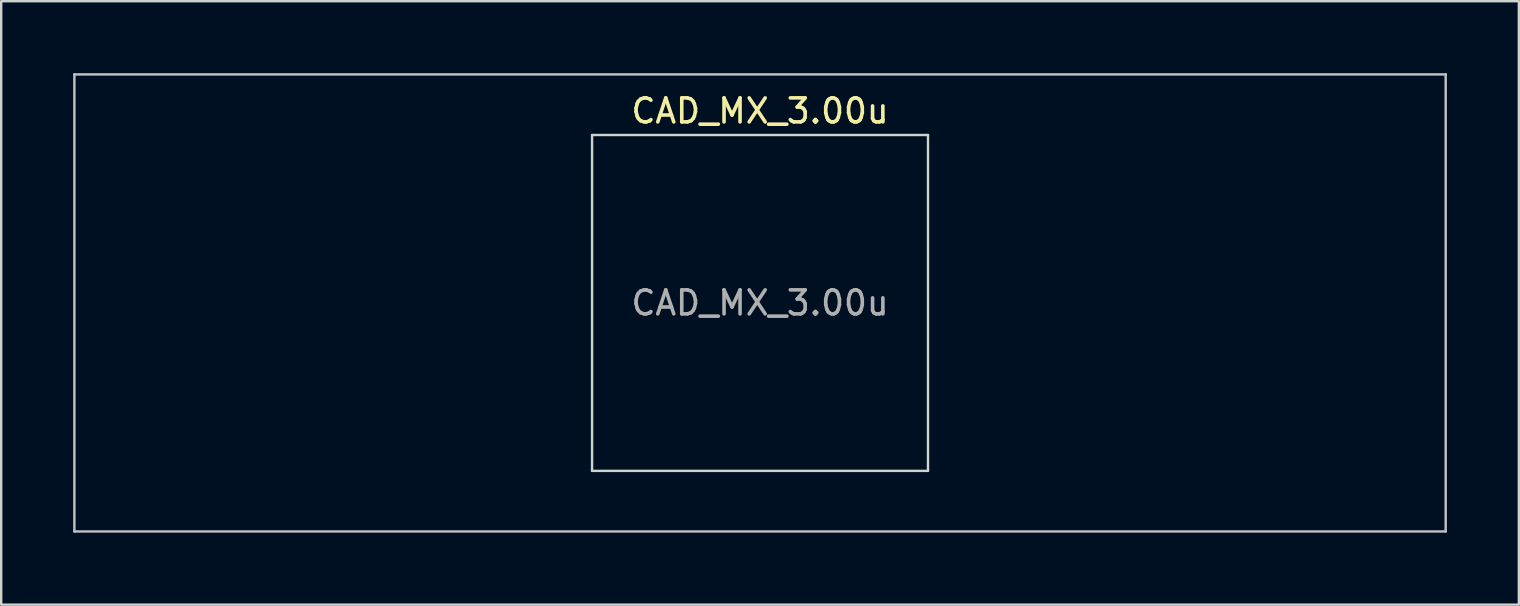
<source format=kicad_pcb>
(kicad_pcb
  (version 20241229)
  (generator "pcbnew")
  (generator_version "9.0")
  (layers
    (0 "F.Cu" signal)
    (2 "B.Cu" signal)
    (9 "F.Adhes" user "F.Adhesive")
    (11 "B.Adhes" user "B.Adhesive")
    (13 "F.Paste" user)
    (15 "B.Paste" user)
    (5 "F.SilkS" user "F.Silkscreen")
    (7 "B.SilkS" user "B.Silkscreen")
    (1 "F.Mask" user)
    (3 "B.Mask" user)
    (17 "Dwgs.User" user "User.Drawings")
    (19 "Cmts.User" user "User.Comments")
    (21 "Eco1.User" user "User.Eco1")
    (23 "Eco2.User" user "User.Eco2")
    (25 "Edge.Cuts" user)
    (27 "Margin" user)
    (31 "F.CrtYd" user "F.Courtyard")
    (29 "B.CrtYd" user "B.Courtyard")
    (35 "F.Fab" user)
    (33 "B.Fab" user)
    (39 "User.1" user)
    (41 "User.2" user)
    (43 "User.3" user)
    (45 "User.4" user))
  (footprint "CAD_MX_3.00u"
    (layer "F.Cu")
    (at 28.625 9.575)
    (property "Reference" "CAD_MX_3.00u" (at 0 -8 0) (layer "F.SilkS") (effects (font (size 1 1) (thickness 0.15))))
    (attr through_hole)
    (fp_line (start -28.575 -9.525) (end -28.575 9.525) (stroke (width 0.1) (type solid)) (layer "Dwgs.User"))
    (fp_line (start -28.575 9.525) (end 28.575 9.525) (stroke (width 0.1) (type solid)) (layer "Dwgs.User"))
    (fp_line (start 28.575 -9.525) (end -28.575 -9.525) (stroke (width 0.1) (type solid)) (layer "Dwgs.User"))
    (fp_line (start 28.575 9.525) (end 28.575 -9.525) (stroke (width 0.1) (type solid)) (layer "Dwgs.User"))
    (fp_line (start -7 -7) (end -7 7) (stroke (width 0.1) (type solid)) (layer "Edge.Cuts"))
    (fp_line (start -7 7) (end 7 7) (stroke (width 0.1) (type solid)) (layer "Edge.Cuts"))
    (fp_line (start 7 -7) (end -7 -7) (stroke (width 0.1) (type solid)) (layer "Edge.Cuts"))
    (fp_line (start 7 7) (end 7 -7) (stroke (width 0.1) (type solid)) (layer "Edge.Cuts"))
    (fp_text user "${REFERENCE}" (at 0 0 0) (layer "F.Fab") (effects (font (size 1 1) (thickness 0.15)))))
  (gr_rect
    (start -3 -3)
    (end 60.25 22.15)
    (stroke (width 0.1) (type default))
    (fill no)
    (layer "Edge.Cuts")))
</source>
